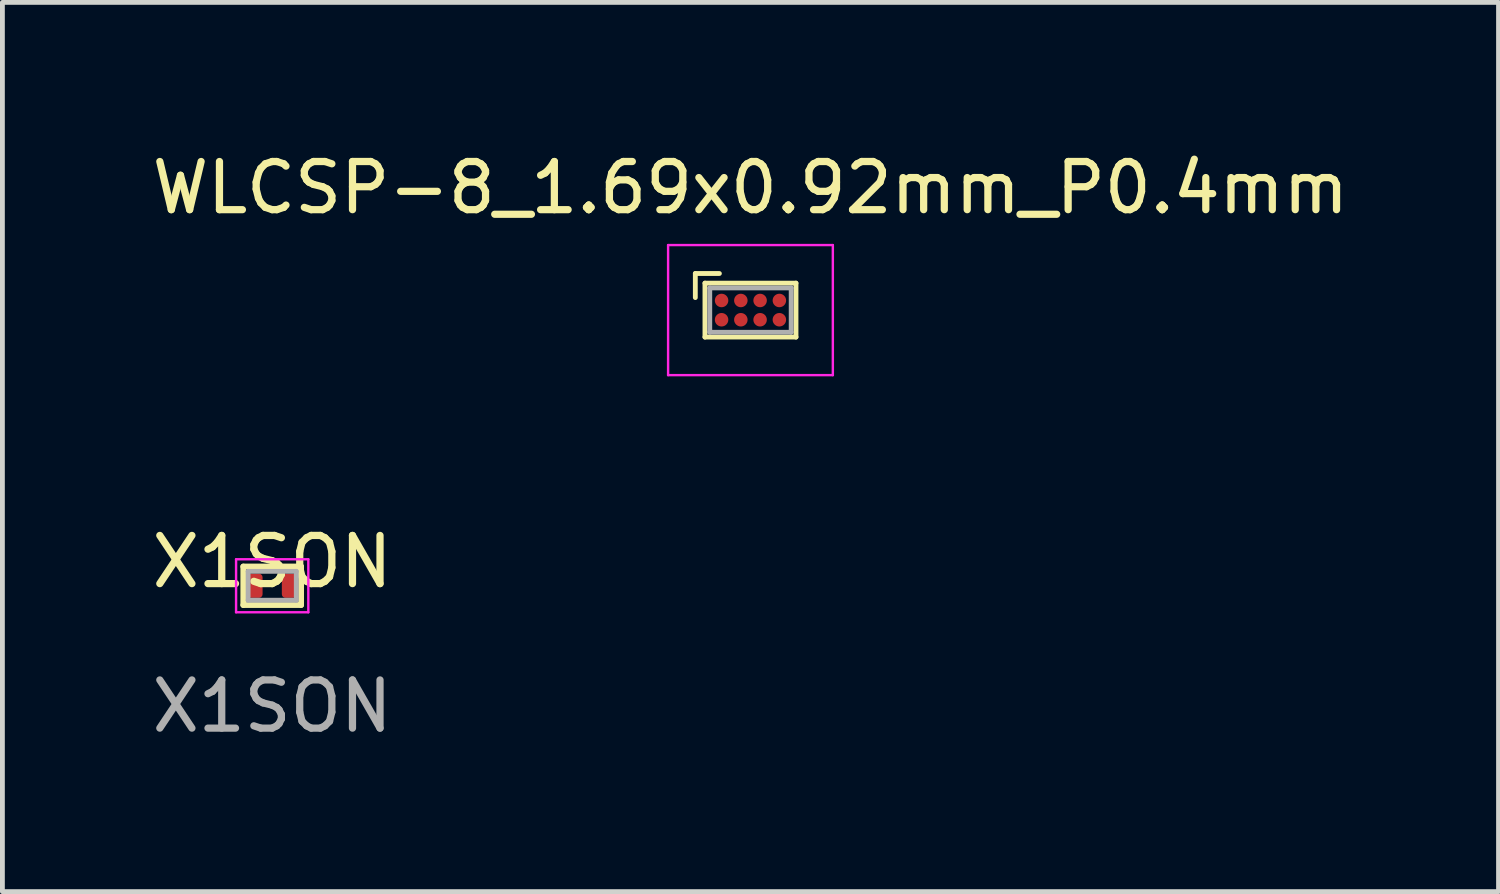
<source format=kicad_pcb>
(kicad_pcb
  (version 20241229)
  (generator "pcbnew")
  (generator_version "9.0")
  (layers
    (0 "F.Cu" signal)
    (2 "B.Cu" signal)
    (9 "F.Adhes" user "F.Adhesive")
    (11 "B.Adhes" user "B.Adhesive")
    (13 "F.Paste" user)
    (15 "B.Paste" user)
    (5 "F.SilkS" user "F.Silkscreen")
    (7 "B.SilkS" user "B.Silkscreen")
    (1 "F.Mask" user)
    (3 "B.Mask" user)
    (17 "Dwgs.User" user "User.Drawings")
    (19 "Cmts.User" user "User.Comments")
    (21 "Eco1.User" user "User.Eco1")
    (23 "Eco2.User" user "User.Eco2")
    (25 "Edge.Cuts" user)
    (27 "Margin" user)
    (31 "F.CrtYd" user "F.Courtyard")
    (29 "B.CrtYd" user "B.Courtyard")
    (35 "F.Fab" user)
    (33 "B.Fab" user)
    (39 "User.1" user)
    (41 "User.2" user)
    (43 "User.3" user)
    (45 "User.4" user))
  (footprint "X1SON"
    (layer "F.Cu")
    (at 2.601 9.111)
    (property "Reference" "X1SON" (at 0 -0.5 0) (unlocked yes) (layer "F.SilkS") (effects (font (size 1 1) (thickness 0.15))))
    (attr smd)
    (fp_line (start -0.6 0.4) (end -0.6 -0.4) (stroke (width 0.12) (type solid)) (layer "F.SilkS"))
    (fp_line (start 0.6 -0.4) (end -0.6 -0.4) (stroke (width 0.12) (type solid)) (layer "F.SilkS"))
    (fp_line (start 0.6 0.4) (end -0.6 0.4) (stroke (width 0.12) (type solid)) (layer "F.SilkS"))
    (fp_line (start 0.6 0.4) (end 0.6 -0.4) (stroke (width 0.12) (type solid)) (layer "F.SilkS"))
    (fp_line (start -0.75 0.55) (end -0.75 -0.55) (stroke (width 0.05) (type solid)) (layer "F.CrtYd"))
    (fp_line (start 0.75 -0.55) (end -0.75 -0.55) (stroke (width 0.05) (type solid)) (layer "F.CrtYd"))
    (fp_line (start 0.75 0.55) (end -0.75 0.55) (stroke (width 0.05) (type solid)) (layer "F.CrtYd"))
    (fp_line (start 0.75 0.55) (end 0.75 -0.55) (stroke (width 0.05) (type solid)) (layer "F.CrtYd"))
    (fp_line (start -0.5 -0.3) (end -0.5 0.3) (stroke (width 0.1) (type solid)) (layer "F.Fab"))
    (fp_line (start -0.5 -0.3) (end 0.5 -0.3) (stroke (width 0.1) (type solid)) (layer "F.Fab"))
    (fp_line (start -0.5 0.3) (end 0.5 0.3) (stroke (width 0.1) (type solid)) (layer "F.Fab"))
    (fp_line (start 0.5 -0.3) (end 0.5 0.3) (stroke (width 0.1) (type solid)) (layer "F.Fab"))
    (fp_text user "${REFERENCE}" (at 0 2.5 0) (unlocked yes) (layer "F.Fab") (effects (font (size 1 1) (thickness 0.15))))
    (pad "1" smd roundrect (at -0.35 0 180) (size 0.3 0.5) (layers "F.Cu" "F.Mask" "F.Paste") (roundrect_rratio 0.25))
    (pad "2" smd roundrect (at 0.35 0 180) (size 0.3 0.5) (layers "F.Cu" "F.Mask" "F.Paste") (roundrect_rratio 0.25)))
  (footprint "WLCSP-8_1.69x0.92mm_P0.4mm"
    (layer "F.Cu")
    (at 12.53 3.388)
    (property "Reference" "WLCSP-8_1.69x0.92mm_P0.4mm" (at 0 -2.54 0) (layer "F.SilkS") (effects (font (size 1 1) (thickness 0.15))))
    (attr smd)
    (fp_line (start -1.145 -0.76) (end -1.145 -0.26) (stroke (width 0.1) (type solid)) (layer "F.SilkS"))
    (fp_line (start -0.945 -0.56) (end 0.945 -0.56) (stroke (width 0.1) (type solid)) (layer "F.SilkS"))
    (fp_line (start -0.945 0.56) (end -0.945 -0.56) (stroke (width 0.1) (type solid)) (layer "F.SilkS"))
    (fp_line (start -0.645 -0.76) (end -1.145 -0.76) (stroke (width 0.1) (type solid)) (layer "F.SilkS"))
    (fp_line (start 0.945 -0.56) (end 0.945 0.56) (stroke (width 0.1) (type solid)) (layer "F.SilkS"))
    (fp_line (start 0.945 0.56) (end -0.945 0.56) (stroke (width 0.1) (type solid)) (layer "F.SilkS"))
    (fp_line (start -1.71 -1.35) (end -1.71 1.35) (stroke (width 0.05) (type solid)) (layer "F.CrtYd"))
    (fp_line (start -1.71 -1.35) (end 1.71 -1.35) (stroke (width 0.05) (type solid)) (layer "F.CrtYd"))
    (fp_line (start 1.71 1.35) (end -1.71 1.35) (stroke (width 0.05) (type solid)) (layer "F.CrtYd"))
    (fp_line (start 1.71 1.35) (end 1.71 -1.35) (stroke (width 0.05) (type solid)) (layer "F.CrtYd"))
    (fp_line (start -0.845 -0.46) (end 0.845 -0.46) (stroke (width 0.1) (type solid)) (layer "F.Fab"))
    (fp_line (start -0.845 0.46) (end -0.845 -0.46) (stroke (width 0.1) (type solid)) (layer "F.Fab"))
    (fp_line (start 0.845 -0.46) (end 0.845 0.46) (stroke (width 0.1) (type solid)) (layer "F.Fab"))
    (fp_line (start 0.845 0.46) (end -0.845 0.46) (stroke (width 0.1) (type solid)) (layer "F.Fab"))
    (pad "A1" smd circle (at -0.6 -0.2) (size 0.28 0.28) (layers "F.Cu" "F.Mask" "F.Paste"))
    (pad "A2" smd circle (at -0.2 -0.2) (size 0.28 0.28) (layers "F.Cu" "F.Mask" "F.Paste"))
    (pad "A3" smd circle (at 0.2 -0.2) (size 0.28 0.28) (layers "F.Cu" "F.Mask" "F.Paste"))
    (pad "A4" smd circle (at 0.6 -0.2) (size 0.28 0.28) (layers "F.Cu" "F.Mask" "F.Paste"))
    (pad "B1" smd circle (at -0.6 0.2) (size 0.28 0.28) (layers "F.Cu" "F.Mask" "F.Paste"))
    (pad "B2" smd circle (at -0.2 0.2) (size 0.28 0.28) (layers "F.Cu" "F.Mask" "F.Paste"))
    (pad "B3" smd circle (at 0.2 0.2) (size 0.28 0.28) (layers "F.Cu" "F.Mask" "F.Paste"))
    (pad "B4" smd circle (at 0.6 0.2) (size 0.28 0.28) (layers "F.Cu" "F.Mask" "F.Paste")))
  (gr_rect
    (start -3 -3)
    (end 28.06 15.46)
    (stroke (width 0.1) (type default))
    (fill no)
    (layer "Edge.Cuts")))
</source>
